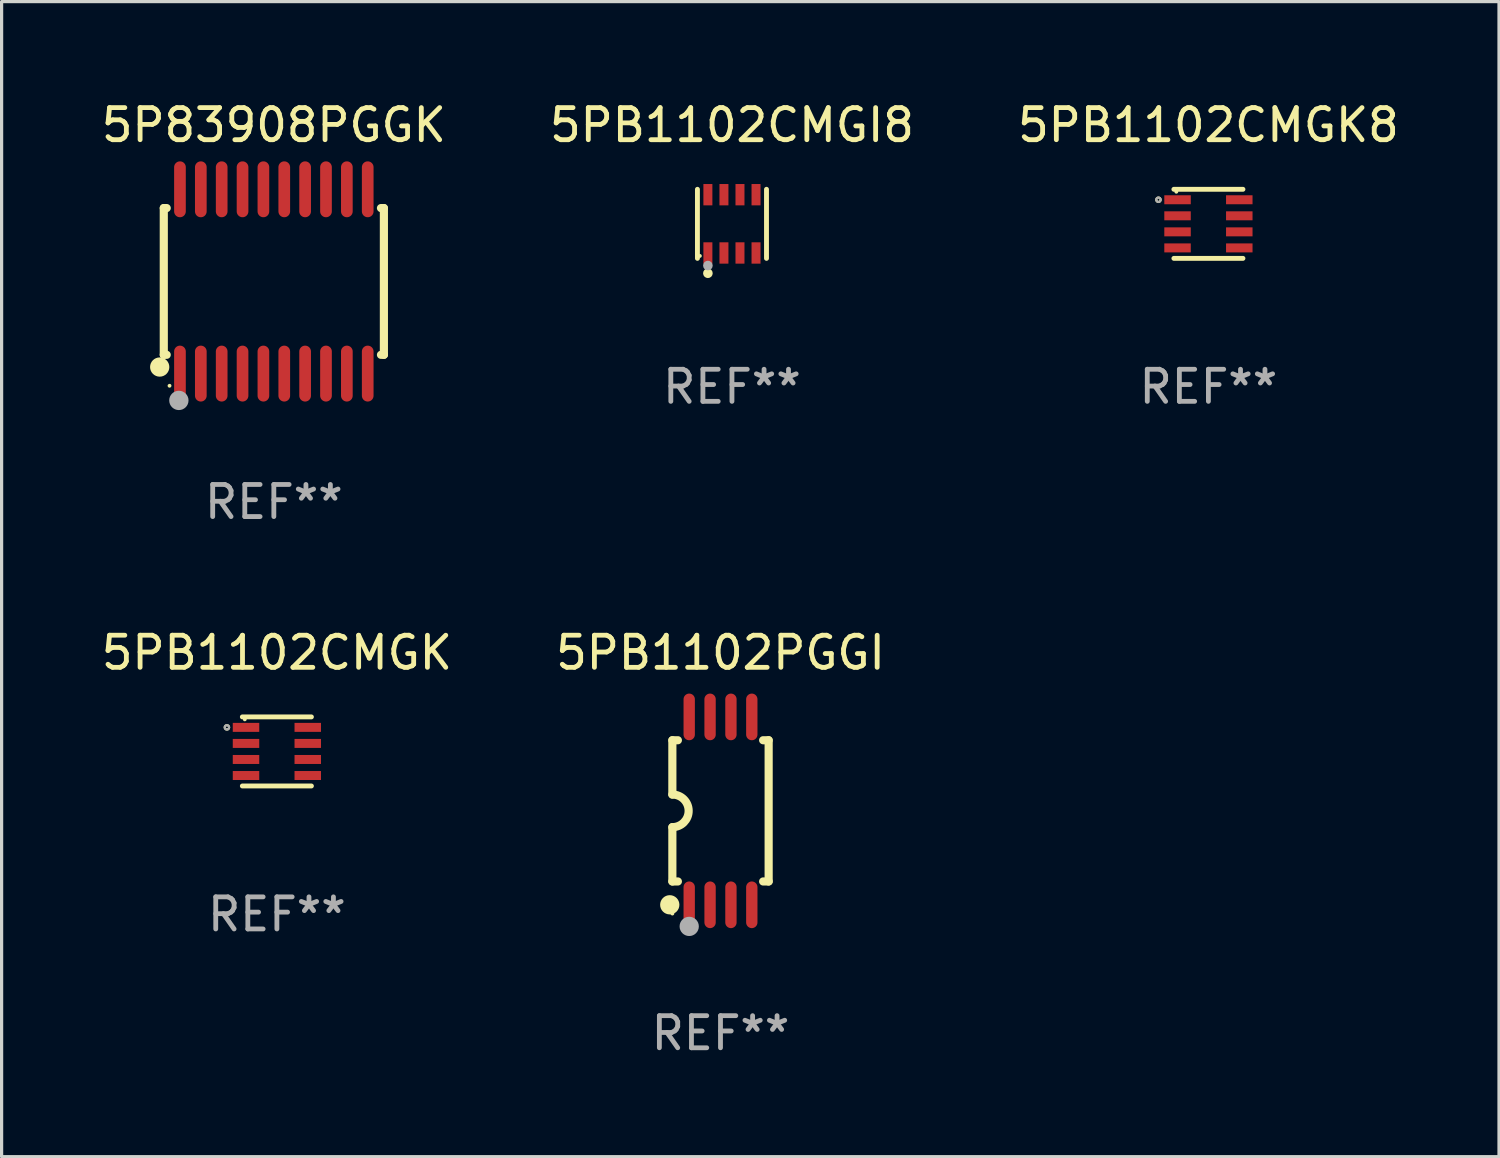
<source format=kicad_pcb>
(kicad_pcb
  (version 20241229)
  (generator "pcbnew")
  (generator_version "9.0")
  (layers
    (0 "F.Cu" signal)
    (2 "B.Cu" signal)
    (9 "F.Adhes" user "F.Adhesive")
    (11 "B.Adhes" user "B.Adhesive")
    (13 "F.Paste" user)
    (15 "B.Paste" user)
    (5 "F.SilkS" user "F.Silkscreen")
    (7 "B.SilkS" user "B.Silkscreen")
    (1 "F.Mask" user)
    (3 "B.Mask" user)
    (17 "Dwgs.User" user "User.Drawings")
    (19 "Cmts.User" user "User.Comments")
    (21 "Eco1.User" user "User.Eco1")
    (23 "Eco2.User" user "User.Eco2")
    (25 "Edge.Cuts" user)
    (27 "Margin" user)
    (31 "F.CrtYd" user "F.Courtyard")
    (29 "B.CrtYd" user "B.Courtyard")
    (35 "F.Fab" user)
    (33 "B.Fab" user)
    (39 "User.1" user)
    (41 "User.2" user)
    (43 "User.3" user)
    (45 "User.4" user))
  (footprint "5P83908PGGK"
    (layer "F.Cu")
    (at 5.482 5.719)
    (property "Reference" "5P83908PGGK" (at 0 -4.871 0) (layer "F.SilkS") (effects (font (size 1 1) (thickness 0.15))))
    (attr through_hole)
    (fp_line (start -3.429 -2.286) (end -3.429 2.286) (stroke (width 0.254) (type solid)) (layer "F.SilkS"))
    (fp_line (start -3.429 2.286) (end -3.338 2.286) (stroke (width 0.254) (type solid)) (layer "F.SilkS"))
    (fp_line (start -3.338 -2.286) (end -3.429 -2.286) (stroke (width 0.254) (type solid)) (layer "F.SilkS"))
    (fp_line (start 3.338 -2.286) (end 3.429 -2.286) (stroke (width 0.254) (type solid)) (layer "F.SilkS"))
    (fp_line (start 3.429 -2.286) (end 3.429 2.286) (stroke (width 0.254) (type solid)) (layer "F.SilkS"))
    (fp_line (start 3.429 2.286) (end 3.338 2.286) (stroke (width 0.254) (type solid)) (layer "F.SilkS"))
    (fp_circle (center -3.556 2.667) (end -3.406 2.667) (stroke (width 0.3) (type solid)) (fill no) (layer "F.SilkS"))
    (fp_circle (center -3.25 3.25) (end -3.22 3.25) (stroke (width 0.06) (type solid)) (fill no) (layer "F.SilkS"))
    (fp_circle (center -2.959 3.707) (end -2.808 3.707) (stroke (width 0.3) (type solid)) (fill no) (layer "F.Fab"))
    (fp_text user "REF**" (at 0 6.871 0) (layer "F.Fab") (effects (font (size 1 1) (thickness 0.15))))
    (pad "1" smd oval (at -2.925 2.871) (size 0.364 1.742) (layers "F.Cu" "F.Mask" "F.Paste"))
    (pad "2" smd oval (at -2.275 2.871) (size 0.364 1.742) (layers "F.Cu" "F.Mask" "F.Paste"))
    (pad "3" smd oval (at -1.625 2.871) (size 0.364 1.742) (layers "F.Cu" "F.Mask" "F.Paste"))
    (pad "4" smd oval (at -0.975 2.871) (size 0.364 1.742) (layers "F.Cu" "F.Mask" "F.Paste"))
    (pad "5" smd oval (at -0.325 2.871) (size 0.364 1.742) (layers "F.Cu" "F.Mask" "F.Paste"))
    (pad "6" smd oval (at 0.325 2.871) (size 0.364 1.742) (layers "F.Cu" "F.Mask" "F.Paste"))
    (pad "7" smd oval (at 0.975 2.871) (size 0.364 1.742) (layers "F.Cu" "F.Mask" "F.Paste"))
    (pad "8" smd oval (at 1.625 2.871) (size 0.364 1.742) (layers "F.Cu" "F.Mask" "F.Paste"))
    (pad "9" smd oval (at 2.275 2.871) (size 0.364 1.742) (layers "F.Cu" "F.Mask" "F.Paste"))
    (pad "10" smd oval (at 2.925 2.871) (size 0.364 1.742) (layers "F.Cu" "F.Mask" "F.Paste"))
    (pad "11" smd oval (at 2.925 -2.871) (size 0.364 1.742) (layers "F.Cu" "F.Mask" "F.Paste"))
    (pad "12" smd oval (at 2.275 -2.871) (size 0.364 1.742) (layers "F.Cu" "F.Mask" "F.Paste"))
    (pad "13" smd oval (at 1.625 -2.871) (size 0.364 1.742) (layers "F.Cu" "F.Mask" "F.Paste"))
    (pad "14" smd oval (at 0.975 -2.871) (size 0.364 1.742) (layers "F.Cu" "F.Mask" "F.Paste"))
    (pad "15" smd oval (at 0.325 -2.871) (size 0.364 1.742) (layers "F.Cu" "F.Mask" "F.Paste"))
    (pad "16" smd oval (at -0.325 -2.871) (size 0.364 1.742) (layers "F.Cu" "F.Mask" "F.Paste"))
    (pad "17" smd oval (at -0.975 -2.871) (size 0.364 1.742) (layers "F.Cu" "F.Mask" "F.Paste"))
    (pad "18" smd oval (at -1.625 -2.871) (size 0.364 1.742) (layers "F.Cu" "F.Mask" "F.Paste"))
    (pad "19" smd oval (at -2.275 -2.871) (size 0.364 1.742) (layers "F.Cu" "F.Mask" "F.Paste"))
    (pad "20" smd oval (at -2.925 -2.871) (size 0.364 1.742) (layers "F.Cu" "F.Mask" "F.Paste")))
  (footprint "5PB1102CMGK"
    (layer "F.Cu")
    (at 5.577 20.363)
    (property "Reference" "5PB1102CMGK" (at 0 -3.076 0) (layer "F.SilkS") (effects (font (size 1 1) (thickness 0.15))))
    (attr through_hole)
    (fp_line (start -1.076 -1.076) (end 1.076 -1.076) (stroke (width 0.152) (type solid)) (layer "F.SilkS"))
    (fp_line (start -1.076 1.076) (end 1.076 1.076) (stroke (width 0.152) (type solid)) (layer "F.SilkS"))
    (fp_circle (center -1.557 -0.75) (end -1.523 -0.75) (stroke (width 0.069) (type solid)) (fill no) (layer "F.SilkS"))
    (fp_circle (center -1 -1) (end -0.97 -1) (stroke (width 0.06) (type solid)) (fill no) (layer "F.SilkS"))
    (fp_circle (center -1.557 -0.75) (end -1.523 -0.75) (stroke (width 0.069) (type solid)) (fill no) (layer "F.Fab"))
    (fp_text user "REF**" (at 0 5.076 0) (layer "F.Fab") (effects (font (size 1 1) (thickness 0.15))))
    (pad "1" smd rect (at -0.962 -0.75) (size 0.825 0.28) (layers "F.Cu" "F.Mask" "F.Paste"))
    (pad "2" smd rect (at -0.962 -0.25) (size 0.825 0.28) (layers "F.Cu" "F.Mask" "F.Paste"))
    (pad "3" smd rect (at -0.962 0.25) (size 0.825 0.28) (layers "F.Cu" "F.Mask" "F.Paste"))
    (pad "4" smd rect (at -0.962 0.75) (size 0.825 0.28) (layers "F.Cu" "F.Mask" "F.Paste"))
    (pad "5" smd rect (at 0.962 0.75) (size 0.825 0.28) (layers "F.Cu" "F.Mask" "F.Paste"))
    (pad "6" smd rect (at 0.962 0.25) (size 0.825 0.28) (layers "F.Cu" "F.Mask" "F.Paste"))
    (pad "7" smd rect (at 0.962 -0.25) (size 0.825 0.28) (layers "F.Cu" "F.Mask" "F.Paste"))
    (pad "8" smd rect (at 0.962 -0.75) (size 0.825 0.28) (layers "F.Cu" "F.Mask" "F.Paste")))
  (footprint "5PB1102CMGK8"
    (layer "F.Cu")
    (at 34.601 3.924)
    (property "Reference" "5PB1102CMGK8" (at 0 -3.076 0) (layer "F.SilkS") (effects (font (size 1 1) (thickness 0.15))))
    (attr through_hole)
    (fp_line (start -1.076 -1.076) (end 1.076 -1.076) (stroke (width 0.152) (type solid)) (layer "F.SilkS"))
    (fp_line (start -1.076 1.076) (end 1.076 1.076) (stroke (width 0.152) (type solid)) (layer "F.SilkS"))
    (fp_circle (center -1.557 -0.75) (end -1.523 -0.75) (stroke (width 0.069) (type solid)) (fill no) (layer "F.SilkS"))
    (fp_circle (center -1 -1) (end -0.97 -1) (stroke (width 0.06) (type solid)) (fill no) (layer "F.SilkS"))
    (fp_circle (center -1.557 -0.75) (end -1.523 -0.75) (stroke (width 0.069) (type solid)) (fill no) (layer "F.Fab"))
    (fp_text user "REF**" (at 0 5.076 0) (layer "F.Fab") (effects (font (size 1 1) (thickness 0.15))))
    (pad "1" smd rect (at -0.962 -0.75) (size 0.825 0.28) (layers "F.Cu" "F.Mask" "F.Paste"))
    (pad "2" smd rect (at -0.962 -0.25) (size 0.825 0.28) (layers "F.Cu" "F.Mask" "F.Paste"))
    (pad "3" smd rect (at -0.962 0.25) (size 0.825 0.28) (layers "F.Cu" "F.Mask" "F.Paste"))
    (pad "4" smd rect (at -0.962 0.75) (size 0.825 0.28) (layers "F.Cu" "F.Mask" "F.Paste"))
    (pad "5" smd rect (at 0.962 0.75) (size 0.825 0.28) (layers "F.Cu" "F.Mask" "F.Paste"))
    (pad "6" smd rect (at 0.962 0.25) (size 0.825 0.28) (layers "F.Cu" "F.Mask" "F.Paste"))
    (pad "7" smd rect (at 0.962 -0.25) (size 0.825 0.28) (layers "F.Cu" "F.Mask" "F.Paste"))
    (pad "8" smd rect (at 0.962 -0.75) (size 0.825 0.28) (layers "F.Cu" "F.Mask" "F.Paste")))
  (footprint "5PB1102CMGI8"
    (layer "F.Cu")
    (at 19.756 3.924)
    (property "Reference" "5PB1102CMGI8" (at 0 -3.076 0) (layer "F.SilkS") (effects (font (size 1 1) (thickness 0.15))))
    (attr through_hole)
    (fp_line (start -1.076 1.076) (end -1.076 -1.076) (stroke (width 0.152) (type solid)) (layer "F.SilkS"))
    (fp_line (start 1.076 1.076) (end 1.076 -1.076) (stroke (width 0.152) (type solid)) (layer "F.SilkS"))
    (fp_circle (center -1 1) (end -0.97 1) (stroke (width 0.06) (type solid)) (fill no) (layer "F.SilkS"))
    (fp_circle (center -0.75 1.54) (end -0.675 1.54) (stroke (width 0.15) (type solid)) (fill no) (layer "F.SilkS"))
    (fp_circle (center -0.75 1.3) (end -0.675 1.3) (stroke (width 0.15) (type solid)) (fill no) (layer "F.Fab"))
    (fp_text user "REF**" (at 0 5.076 0) (layer "F.Fab") (effects (font (size 1 1) (thickness 0.15))))
    (pad "1" smd rect (at -0.75 0.908) (size 0.28 0.665) (layers "F.Cu" "F.Mask" "F.Paste"))
    (pad "2" smd rect (at -0.25 0.908) (size 0.28 0.665) (layers "F.Cu" "F.Mask" "F.Paste"))
    (pad "3" smd rect (at 0.25 0.908) (size 0.28 0.665) (layers "F.Cu" "F.Mask" "F.Paste"))
    (pad "4" smd rect (at 0.75 0.908) (size 0.28 0.665) (layers "F.Cu" "F.Mask" "F.Paste"))
    (pad "5" smd rect (at 0.75 -0.908) (size 0.28 0.665) (layers "F.Cu" "F.Mask" "F.Paste"))
    (pad "6" smd rect (at 0.25 -0.908) (size 0.28 0.665) (layers "F.Cu" "F.Mask" "F.Paste"))
    (pad "7" smd rect (at -0.25 -0.908) (size 0.28 0.665) (layers "F.Cu" "F.Mask" "F.Paste"))
    (pad "8" smd rect (at -0.75 -0.908) (size 0.28 0.665) (layers "F.Cu" "F.Mask" "F.Paste")))
  (footprint "5PB1102PGGI"
    (layer "F.Cu")
    (at 19.399 22.214)
    (property "Reference" "5PB1102PGGI" (at 0 -4.927 0) (layer "F.SilkS") (effects (font (size 1 1) (thickness 0.15))))
    (attr through_hole)
    (fp_line (start -1.5 -2.2) (end -1.5 -0.508) (stroke (width 0.254) (type solid)) (layer "F.SilkS"))
    (fp_line (start -1.5 -2.2) (end -1.328 -2.2) (stroke (width 0.254) (type solid)) (layer "F.SilkS"))
    (fp_line (start -1.5 2.2) (end -1.5 0.508) (stroke (width 0.254) (type solid)) (layer "F.SilkS"))
    (fp_line (start -1.5 2.2) (end -1.328 2.2) (stroke (width 0.254) (type solid)) (layer "F.SilkS"))
    (fp_line (start 1.328 -2.2) (end 1.5 -2.2) (stroke (width 0.254) (type solid)) (layer "F.SilkS"))
    (fp_line (start 1.328 2.2) (end 1.5 2.2) (stroke (width 0.254) (type solid)) (layer "F.SilkS"))
    (fp_line (start 1.5 -2.2) (end 1.5 2.2) (stroke (width 0.254) (type solid)) (layer "F.SilkS"))
    (fp_arc (start -1.501144 -0.508) (mid -0.993143 -0.000571) (end -1.5 0.508001) (stroke (width 0.254001) (type solid)) (layer "F.SilkS"))
    (fp_circle (center -1.581 2.927) (end -1.431 2.927) (stroke (width 0.3) (type solid)) (fill no) (layer "F.SilkS"))
    (fp_circle (center -1.5 3.2) (end -1.47 3.2) (stroke (width 0.06) (type solid)) (fill no) (layer "F.SilkS"))
    (fp_circle (center -0.975 3.6) (end -0.825 3.6) (stroke (width 0.3) (type solid)) (fill no) (layer "F.Fab"))
    (fp_text user "REF**" (at 0 6.927 0) (layer "F.Fab") (effects (font (size 1 1) (thickness 0.15))))
    (pad "1" smd oval (at -0.975 2.927) (size 0.353 1.454) (layers "F.Cu" "F.Mask" "F.Paste"))
    (pad "2" smd oval (at -0.325 2.927) (size 0.353 1.454) (layers "F.Cu" "F.Mask" "F.Paste"))
    (pad "3" smd oval (at 0.325 2.927) (size 0.353 1.454) (layers "F.Cu" "F.Mask" "F.Paste"))
    (pad "4" smd oval (at 0.975 2.927) (size 0.353 1.454) (layers "F.Cu" "F.Mask" "F.Paste"))
    (pad "5" smd oval (at 0.975 -2.927) (size 0.353 1.454) (layers "F.Cu" "F.Mask" "F.Paste"))
    (pad "6" smd oval (at 0.325 -2.927) (size 0.353 1.454) (layers "F.Cu" "F.Mask" "F.Paste"))
    (pad "7" smd oval (at -0.325 -2.927) (size 0.353 1.454) (layers "F.Cu" "F.Mask" "F.Paste"))
    (pad "8" smd oval (at -0.975 -2.927) (size 0.353 1.454) (layers "F.Cu" "F.Mask" "F.Paste")))
  (gr_rect
    (start -3 -3)
    (end 43.655 32.989)
    (stroke (width 0.1) (type default))
    (fill no)
    (layer "Edge.Cuts")))
</source>
